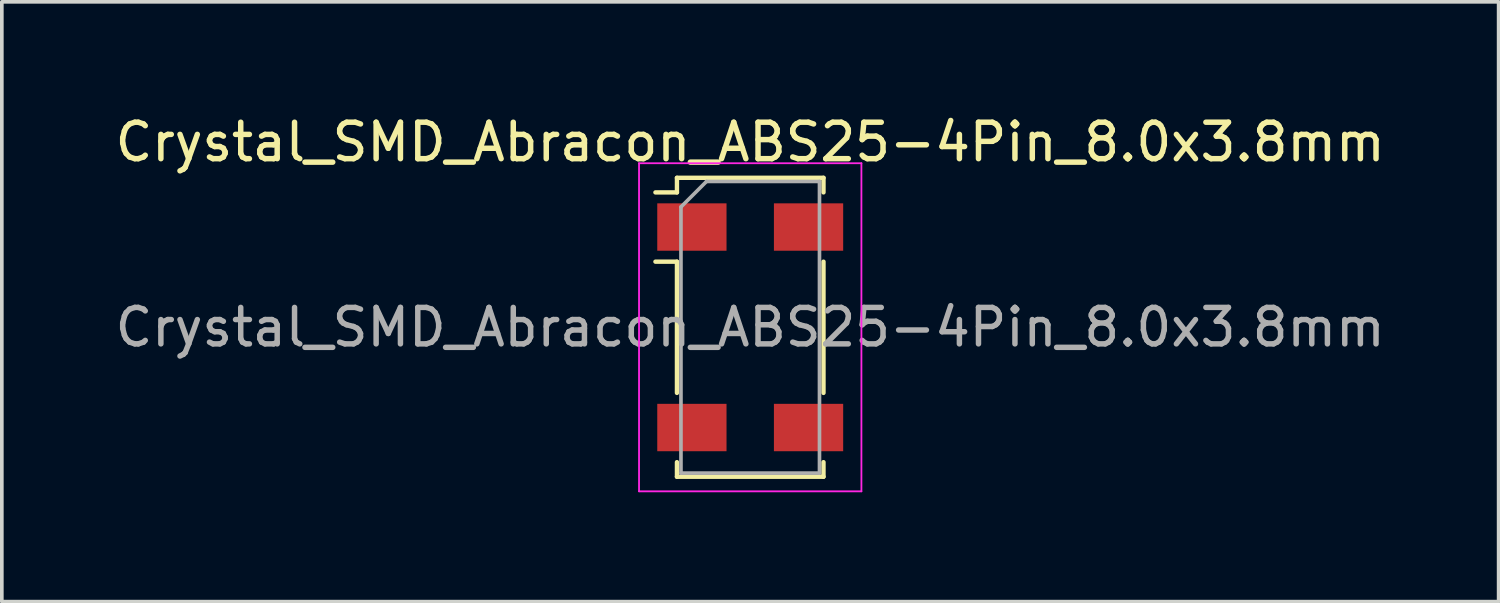
<source format=kicad_pcb>
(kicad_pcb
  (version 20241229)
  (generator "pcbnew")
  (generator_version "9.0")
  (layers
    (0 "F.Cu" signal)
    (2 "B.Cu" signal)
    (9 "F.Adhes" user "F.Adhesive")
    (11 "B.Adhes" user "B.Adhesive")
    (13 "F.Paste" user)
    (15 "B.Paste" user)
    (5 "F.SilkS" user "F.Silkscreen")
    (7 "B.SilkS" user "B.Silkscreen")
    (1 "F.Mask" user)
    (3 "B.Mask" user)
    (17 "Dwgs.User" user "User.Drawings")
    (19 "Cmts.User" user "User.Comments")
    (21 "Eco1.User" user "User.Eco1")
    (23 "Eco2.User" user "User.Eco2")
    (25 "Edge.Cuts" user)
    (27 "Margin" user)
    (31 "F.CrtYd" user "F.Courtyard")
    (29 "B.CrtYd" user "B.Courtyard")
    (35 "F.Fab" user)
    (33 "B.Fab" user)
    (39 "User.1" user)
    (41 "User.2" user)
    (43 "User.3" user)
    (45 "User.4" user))
  (footprint "Crystal_SMD_Abracon_ABS25-4Pin_8.0x3.8mm"
    (layer "F.Cu")
    (at 17.53 5.928)
    (property "Reference" "Crystal_SMD_Abracon_ABS25-4Pin_8.0x3.8mm" (at 0 -5.08 0) (layer "F.SilkS") (effects (font (size 1 1) (thickness 0.15))))
    (attr smd)
    (fp_line (start -2.6 -3.7) (end -2.01 -3.7) (stroke (width 0.12) (type solid)) (layer "F.SilkS"))
    (fp_line (start -2.01 -4.1) (end -2.01 -3.7) (stroke (width 0.12) (type solid)) (layer "F.SilkS"))
    (fp_line (start -2.01 -1.8) (end -2.6 -1.8) (stroke (width 0.12) (type solid)) (layer "F.SilkS"))
    (fp_line (start -2.01 -1.8) (end -2.01 1.8) (stroke (width 0.12) (type solid)) (layer "F.SilkS"))
    (fp_line (start -2.01 4.1) (end -2.01 3.7) (stroke (width 0.12) (type solid)) (layer "F.SilkS"))
    (fp_line (start 2.01 -4.1) (end -2.01 -4.1) (stroke (width 0.12) (type solid)) (layer "F.SilkS"))
    (fp_line (start 2.01 -4.1) (end 2.01 -3.7) (stroke (width 0.12) (type solid)) (layer "F.SilkS"))
    (fp_line (start 2.01 -1.8) (end 2.01 1.8) (stroke (width 0.12) (type solid)) (layer "F.SilkS"))
    (fp_line (start 2.01 4.1) (end -2.01 4.1) (stroke (width 0.12) (type solid)) (layer "F.SilkS"))
    (fp_line (start 2.01 4.1) (end 2.01 3.7) (stroke (width 0.12) (type solid)) (layer "F.SilkS"))
    (fp_line (start -3.05 -4.5) (end -3.05 4.5) (stroke (width 0.05) (type solid)) (layer "F.CrtYd"))
    (fp_line (start -3.05 4.5) (end 3.05 4.5) (stroke (width 0.05) (type solid)) (layer "F.CrtYd"))
    (fp_line (start 3.05 -4.5) (end -3.05 -4.5) (stroke (width 0.05) (type solid)) (layer "F.CrtYd"))
    (fp_line (start 3.05 4.5) (end 3.05 -4.5) (stroke (width 0.05) (type solid)) (layer "F.CrtYd"))
    (fp_line (start -1.9 -3.3) (end -1.2 -4) (stroke (width 0.1) (type solid)) (layer "F.Fab"))
    (fp_line (start -1.9 4) (end -1.9 -3.3) (stroke (width 0.1) (type solid)) (layer "F.Fab"))
    (fp_line (start -1.2 -4) (end 1.9 -4) (stroke (width 0.1) (type solid)) (layer "F.Fab"))
    (fp_line (start 1.9 -4) (end 1.9 4) (stroke (width 0.1) (type solid)) (layer "F.Fab"))
    (fp_line (start 1.9 4) (end -1.9 4) (stroke (width 0.1) (type solid)) (layer "F.Fab"))
    (fp_text user "${REFERENCE}" (at 0 0 0) (layer "F.Fab") (effects (font (size 1 1) (thickness 0.15))))
    (pad "1" smd rect (at -1.6 -2.75 270) (size 1.3 1.9) (layers "F.Cu" "F.Mask" "F.Paste"))
    (pad "2" smd rect (at -1.6 2.75 270) (size 1.3 1.9) (layers "F.Cu" "F.Mask" "F.Paste"))
    (pad "3" smd rect (at 1.6 2.75 270) (size 1.3 1.9) (layers "F.Cu" "F.Mask" "F.Paste"))
    (pad "4" smd rect (at 1.6 -2.75 270) (size 1.3 1.9) (layers "F.Cu" "F.Mask" "F.Paste")))
  (gr_rect
    (start -3 -3)
    (end 38.06 13.453)
    (stroke (width 0.1) (type default))
    (fill no)
    (layer "Edge.Cuts")))
</source>
